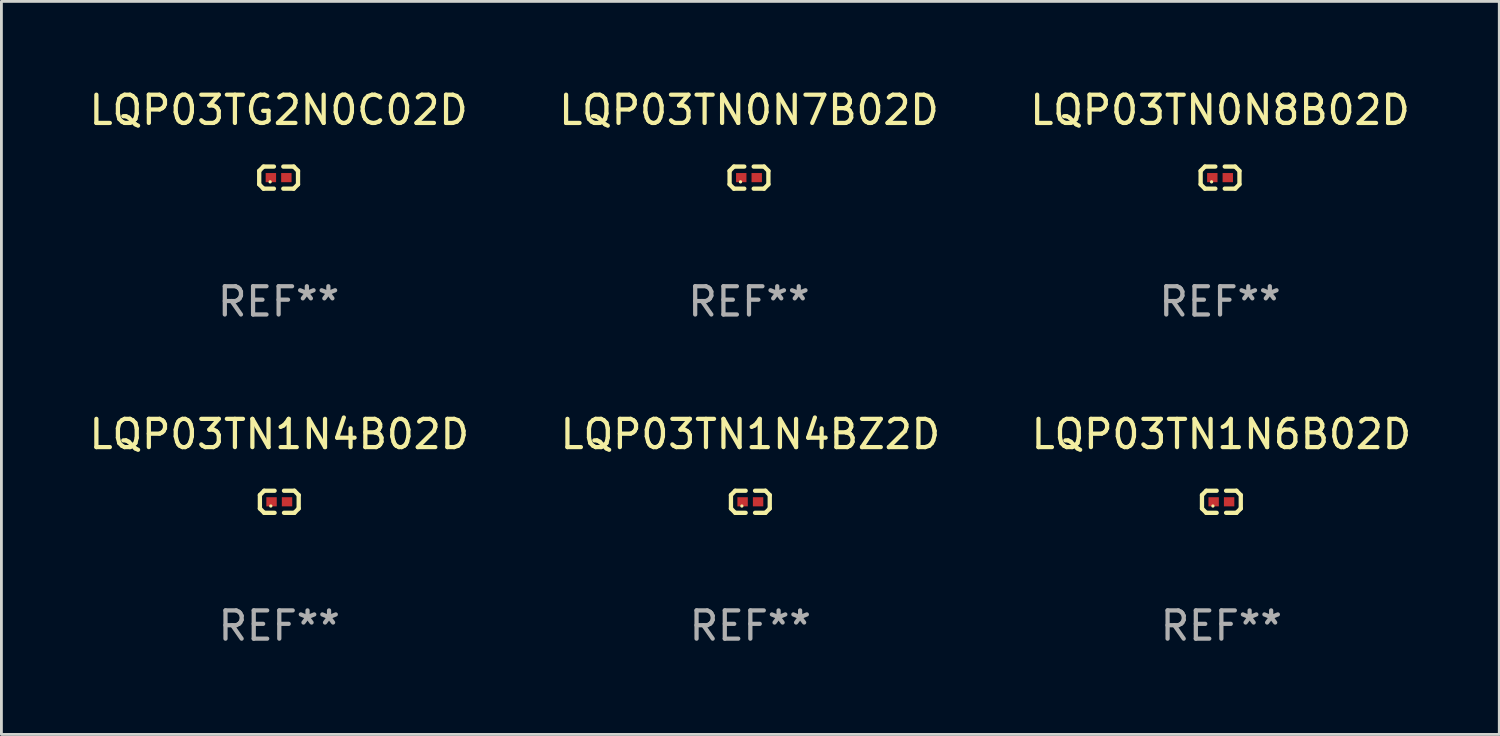
<source format=kicad_pcb>
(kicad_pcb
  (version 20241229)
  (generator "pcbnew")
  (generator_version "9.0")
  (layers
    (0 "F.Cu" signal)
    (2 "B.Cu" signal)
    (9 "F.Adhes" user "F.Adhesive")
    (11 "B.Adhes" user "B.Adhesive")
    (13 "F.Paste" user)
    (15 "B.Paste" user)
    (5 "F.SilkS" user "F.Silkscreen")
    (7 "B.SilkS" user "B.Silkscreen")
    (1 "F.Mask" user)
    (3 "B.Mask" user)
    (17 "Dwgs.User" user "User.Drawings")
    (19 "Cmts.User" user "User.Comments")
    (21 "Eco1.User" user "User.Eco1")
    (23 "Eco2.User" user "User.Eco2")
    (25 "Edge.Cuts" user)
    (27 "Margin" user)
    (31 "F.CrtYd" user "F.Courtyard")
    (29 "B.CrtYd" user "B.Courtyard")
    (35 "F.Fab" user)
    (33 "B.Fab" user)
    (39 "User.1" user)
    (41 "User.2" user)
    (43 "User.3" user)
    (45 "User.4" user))
  (footprint "LQP03TN0N8B02D"
    (layer "F.Cu")
    (at 40.149 3.239)
    (property "Reference" "LQP03TN0N8B02D" (at 0 -2.391 0) (layer "F.SilkS") (effects (font (size 1 1) (thickness 0.15))))
    (attr through_hole)
    (fp_line (start -0.687 -0.238) (end -0.535 -0.391) (stroke (width 0.152) (type solid)) (layer "F.SilkS"))
    (fp_line (start -0.687 0.238) (end -0.687 -0.238) (stroke (width 0.152) (type solid)) (layer "F.SilkS"))
    (fp_line (start -0.535 -0.391) (end -0.166 -0.391) (stroke (width 0.152) (type solid)) (layer "F.SilkS"))
    (fp_line (start -0.535 0.391) (end -0.687 0.238) (stroke (width 0.152) (type solid)) (layer "F.SilkS"))
    (fp_line (start -0.166 0.391) (end -0.535 0.391) (stroke (width 0.152) (type solid)) (layer "F.SilkS"))
    (fp_line (start 0.166 0.391) (end 0.535 0.391) (stroke (width 0.152) (type solid)) (layer "F.SilkS"))
    (fp_line (start 0.535 -0.391) (end 0.166 -0.391) (stroke (width 0.152) (type solid)) (layer "F.SilkS"))
    (fp_line (start 0.535 0.391) (end 0.687 0.238) (stroke (width 0.152) (type solid)) (layer "F.SilkS"))
    (fp_line (start 0.687 -0.238) (end 0.535 -0.391) (stroke (width 0.152) (type solid)) (layer "F.SilkS"))
    (fp_line (start 0.687 0.238) (end 0.687 -0.238) (stroke (width 0.152) (type solid)) (layer "F.SilkS"))
    (fp_circle (center -0.3 0.15) (end -0.27 0.15) (stroke (width 0.06) (type solid)) (fill no) (layer "F.SilkS"))
    (fp_text user "REF**" (at 0 4.391 0) (layer "F.Fab") (effects (font (size 1 1) (thickness 0.15))))
    (pad "1" smd rect (at -0.274 0) (size 0.368 0.324) (layers "F.Cu" "F.Mask" "F.Paste"))
    (pad "2" smd rect (at 0.274 0) (size 0.368 0.324) (layers "F.Cu" "F.Mask" "F.Paste")))
  (footprint "LQP03TN1N4B02D"
    (layer "F.Cu")
    (at 6.839 14.717)
    (property "Reference" "LQP03TN1N4B02D" (at 0 -2.391 0) (layer "F.SilkS") (effects (font (size 1 1) (thickness 0.15))))
    (attr through_hole)
    (fp_line (start -0.687 -0.238) (end -0.535 -0.391) (stroke (width 0.152) (type solid)) (layer "F.SilkS"))
    (fp_line (start -0.687 0.238) (end -0.687 -0.238) (stroke (width 0.152) (type solid)) (layer "F.SilkS"))
    (fp_line (start -0.535 -0.391) (end -0.166 -0.391) (stroke (width 0.152) (type solid)) (layer "F.SilkS"))
    (fp_line (start -0.535 0.391) (end -0.687 0.238) (stroke (width 0.152) (type solid)) (layer "F.SilkS"))
    (fp_line (start -0.166 0.391) (end -0.535 0.391) (stroke (width 0.152) (type solid)) (layer "F.SilkS"))
    (fp_line (start 0.166 0.391) (end 0.535 0.391) (stroke (width 0.152) (type solid)) (layer "F.SilkS"))
    (fp_line (start 0.535 -0.391) (end 0.166 -0.391) (stroke (width 0.152) (type solid)) (layer "F.SilkS"))
    (fp_line (start 0.535 0.391) (end 0.687 0.238) (stroke (width 0.152) (type solid)) (layer "F.SilkS"))
    (fp_line (start 0.687 -0.238) (end 0.535 -0.391) (stroke (width 0.152) (type solid)) (layer "F.SilkS"))
    (fp_line (start 0.687 0.238) (end 0.687 -0.238) (stroke (width 0.152) (type solid)) (layer "F.SilkS"))
    (fp_circle (center -0.3 0.15) (end -0.27 0.15) (stroke (width 0.06) (type solid)) (fill no) (layer "F.SilkS"))
    (fp_text user "REF**" (at 0 4.391 0) (layer "F.Fab") (effects (font (size 1 1) (thickness 0.15))))
    (pad "1" smd rect (at -0.274 0) (size 0.368 0.324) (layers "F.Cu" "F.Mask" "F.Paste"))
    (pad "2" smd rect (at 0.274 0) (size 0.368 0.324) (layers "F.Cu" "F.Mask" "F.Paste")))
  (footprint "LQP03TG2N0C02D"
    (layer "F.Cu")
    (at 6.815 3.239)
    (property "Reference" "LQP03TG2N0C02D" (at 0 -2.391 0) (layer "F.SilkS") (effects (font (size 1 1) (thickness 0.15))))
    (attr through_hole)
    (fp_line (start -0.687 -0.238) (end -0.535 -0.391) (stroke (width 0.152) (type solid)) (layer "F.SilkS"))
    (fp_line (start -0.687 0.238) (end -0.687 -0.238) (stroke (width 0.152) (type solid)) (layer "F.SilkS"))
    (fp_line (start -0.535 -0.391) (end -0.166 -0.391) (stroke (width 0.152) (type solid)) (layer "F.SilkS"))
    (fp_line (start -0.535 0.391) (end -0.687 0.238) (stroke (width 0.152) (type solid)) (layer "F.SilkS"))
    (fp_line (start -0.166 0.391) (end -0.535 0.391) (stroke (width 0.152) (type solid)) (layer "F.SilkS"))
    (fp_line (start 0.166 0.391) (end 0.535 0.391) (stroke (width 0.152) (type solid)) (layer "F.SilkS"))
    (fp_line (start 0.535 -0.391) (end 0.166 -0.391) (stroke (width 0.152) (type solid)) (layer "F.SilkS"))
    (fp_line (start 0.535 0.391) (end 0.687 0.238) (stroke (width 0.152) (type solid)) (layer "F.SilkS"))
    (fp_line (start 0.687 -0.238) (end 0.535 -0.391) (stroke (width 0.152) (type solid)) (layer "F.SilkS"))
    (fp_line (start 0.687 0.238) (end 0.687 -0.238) (stroke (width 0.152) (type solid)) (layer "F.SilkS"))
    (fp_circle (center -0.3 0.15) (end -0.27 0.15) (stroke (width 0.06) (type solid)) (fill no) (layer "F.SilkS"))
    (fp_text user "REF**" (at 0 4.391 0) (layer "F.Fab") (effects (font (size 1 1) (thickness 0.15))))
    (pad "1" smd rect (at -0.274 0) (size 0.368 0.324) (layers "F.Cu" "F.Mask" "F.Paste"))
    (pad "2" smd rect (at 0.274 0) (size 0.368 0.324) (layers "F.Cu" "F.Mask" "F.Paste")))
  (footprint "LQP03TN1N6B02D"
    (layer "F.Cu")
    (at 40.196 14.717)
    (property "Reference" "LQP03TN1N6B02D" (at 0 -2.391 0) (layer "F.SilkS") (effects (font (size 1 1) (thickness 0.15))))
    (attr through_hole)
    (fp_line (start -0.687 -0.238) (end -0.535 -0.391) (stroke (width 0.152) (type solid)) (layer "F.SilkS"))
    (fp_line (start -0.687 0.238) (end -0.687 -0.238) (stroke (width 0.152) (type solid)) (layer "F.SilkS"))
    (fp_line (start -0.535 -0.391) (end -0.166 -0.391) (stroke (width 0.152) (type solid)) (layer "F.SilkS"))
    (fp_line (start -0.535 0.391) (end -0.687 0.238) (stroke (width 0.152) (type solid)) (layer "F.SilkS"))
    (fp_line (start -0.166 0.391) (end -0.535 0.391) (stroke (width 0.152) (type solid)) (layer "F.SilkS"))
    (fp_line (start 0.166 0.391) (end 0.535 0.391) (stroke (width 0.152) (type solid)) (layer "F.SilkS"))
    (fp_line (start 0.535 -0.391) (end 0.166 -0.391) (stroke (width 0.152) (type solid)) (layer "F.SilkS"))
    (fp_line (start 0.535 0.391) (end 0.687 0.238) (stroke (width 0.152) (type solid)) (layer "F.SilkS"))
    (fp_line (start 0.687 -0.238) (end 0.535 -0.391) (stroke (width 0.152) (type solid)) (layer "F.SilkS"))
    (fp_line (start 0.687 0.238) (end 0.687 -0.238) (stroke (width 0.152) (type solid)) (layer "F.SilkS"))
    (fp_circle (center -0.3 0.15) (end -0.27 0.15) (stroke (width 0.06) (type solid)) (fill no) (layer "F.SilkS"))
    (fp_text user "REF**" (at 0 4.391 0) (layer "F.Fab") (effects (font (size 1 1) (thickness 0.15))))
    (pad "1" smd rect (at -0.274 0) (size 0.368 0.324) (layers "F.Cu" "F.Mask" "F.Paste"))
    (pad "2" smd rect (at 0.274 0) (size 0.368 0.324) (layers "F.Cu" "F.Mask" "F.Paste")))
  (footprint "LQP03TN0N7B02D"
    (layer "F.Cu")
    (at 23.47 3.239)
    (property "Reference" "LQP03TN0N7B02D" (at 0 -2.391 0) (layer "F.SilkS") (effects (font (size 1 1) (thickness 0.15))))
    (attr through_hole)
    (fp_line (start -0.687 -0.238) (end -0.535 -0.391) (stroke (width 0.152) (type solid)) (layer "F.SilkS"))
    (fp_line (start -0.687 0.238) (end -0.687 -0.238) (stroke (width 0.152) (type solid)) (layer "F.SilkS"))
    (fp_line (start -0.535 -0.391) (end -0.166 -0.391) (stroke (width 0.152) (type solid)) (layer "F.SilkS"))
    (fp_line (start -0.535 0.391) (end -0.687 0.238) (stroke (width 0.152) (type solid)) (layer "F.SilkS"))
    (fp_line (start -0.166 0.391) (end -0.535 0.391) (stroke (width 0.152) (type solid)) (layer "F.SilkS"))
    (fp_line (start 0.166 0.391) (end 0.535 0.391) (stroke (width 0.152) (type solid)) (layer "F.SilkS"))
    (fp_line (start 0.535 -0.391) (end 0.166 -0.391) (stroke (width 0.152) (type solid)) (layer "F.SilkS"))
    (fp_line (start 0.535 0.391) (end 0.687 0.238) (stroke (width 0.152) (type solid)) (layer "F.SilkS"))
    (fp_line (start 0.687 -0.238) (end 0.535 -0.391) (stroke (width 0.152) (type solid)) (layer "F.SilkS"))
    (fp_line (start 0.687 0.238) (end 0.687 -0.238) (stroke (width 0.152) (type solid)) (layer "F.SilkS"))
    (fp_circle (center -0.3 0.15) (end -0.27 0.15) (stroke (width 0.06) (type solid)) (fill no) (layer "F.SilkS"))
    (fp_text user "REF**" (at 0 4.391 0) (layer "F.Fab") (effects (font (size 1 1) (thickness 0.15))))
    (pad "1" smd rect (at -0.274 0) (size 0.368 0.324) (layers "F.Cu" "F.Mask" "F.Paste"))
    (pad "2" smd rect (at 0.274 0) (size 0.368 0.324) (layers "F.Cu" "F.Mask" "F.Paste")))
  (footprint "LQP03TN1N4BZ2D"
    (layer "F.Cu")
    (at 23.518 14.717)
    (property "Reference" "LQP03TN1N4BZ2D" (at 0 -2.391 0) (layer "F.SilkS") (effects (font (size 1 1) (thickness 0.15))))
    (attr through_hole)
    (fp_line (start -0.687 -0.238) (end -0.535 -0.391) (stroke (width 0.152) (type solid)) (layer "F.SilkS"))
    (fp_line (start -0.687 0.238) (end -0.687 -0.238) (stroke (width 0.152) (type solid)) (layer "F.SilkS"))
    (fp_line (start -0.535 -0.391) (end -0.166 -0.391) (stroke (width 0.152) (type solid)) (layer "F.SilkS"))
    (fp_line (start -0.535 0.391) (end -0.687 0.238) (stroke (width 0.152) (type solid)) (layer "F.SilkS"))
    (fp_line (start -0.166 0.391) (end -0.535 0.391) (stroke (width 0.152) (type solid)) (layer "F.SilkS"))
    (fp_line (start 0.166 0.391) (end 0.535 0.391) (stroke (width 0.152) (type solid)) (layer "F.SilkS"))
    (fp_line (start 0.535 -0.391) (end 0.166 -0.391) (stroke (width 0.152) (type solid)) (layer "F.SilkS"))
    (fp_line (start 0.535 0.391) (end 0.687 0.238) (stroke (width 0.152) (type solid)) (layer "F.SilkS"))
    (fp_line (start 0.687 -0.238) (end 0.535 -0.391) (stroke (width 0.152) (type solid)) (layer "F.SilkS"))
    (fp_line (start 0.687 0.238) (end 0.687 -0.238) (stroke (width 0.152) (type solid)) (layer "F.SilkS"))
    (fp_circle (center -0.3 0.15) (end -0.27 0.15) (stroke (width 0.06) (type solid)) (fill no) (layer "F.SilkS"))
    (fp_text user "REF**" (at 0 4.391 0) (layer "F.Fab") (effects (font (size 1 1) (thickness 0.15))))
    (pad "1" smd rect (at -0.274 0) (size 0.368 0.324) (layers "F.Cu" "F.Mask" "F.Paste"))
    (pad "2" smd rect (at 0.274 0) (size 0.368 0.324) (layers "F.Cu" "F.Mask" "F.Paste")))
  (gr_rect
    (start -3 -3)
    (end 50.036 22.955)
    (stroke (width 0.1) (type default))
    (fill no)
    (layer "Edge.Cuts")))
</source>
